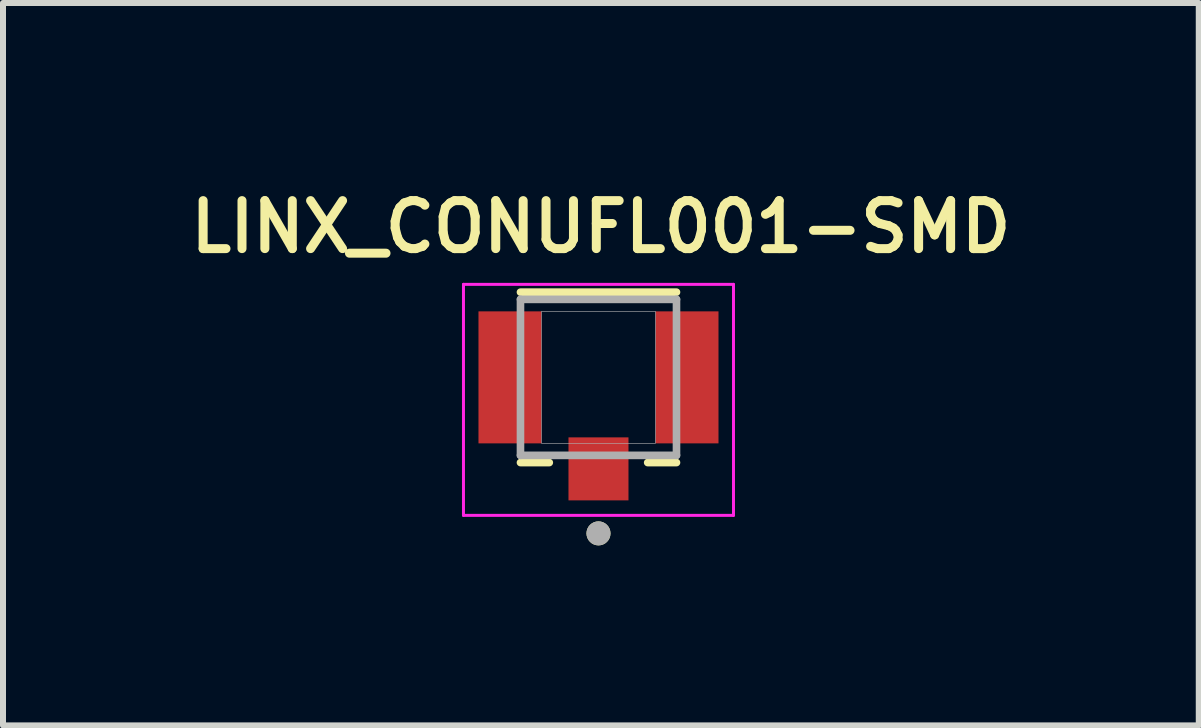
<source format=kicad_pcb>
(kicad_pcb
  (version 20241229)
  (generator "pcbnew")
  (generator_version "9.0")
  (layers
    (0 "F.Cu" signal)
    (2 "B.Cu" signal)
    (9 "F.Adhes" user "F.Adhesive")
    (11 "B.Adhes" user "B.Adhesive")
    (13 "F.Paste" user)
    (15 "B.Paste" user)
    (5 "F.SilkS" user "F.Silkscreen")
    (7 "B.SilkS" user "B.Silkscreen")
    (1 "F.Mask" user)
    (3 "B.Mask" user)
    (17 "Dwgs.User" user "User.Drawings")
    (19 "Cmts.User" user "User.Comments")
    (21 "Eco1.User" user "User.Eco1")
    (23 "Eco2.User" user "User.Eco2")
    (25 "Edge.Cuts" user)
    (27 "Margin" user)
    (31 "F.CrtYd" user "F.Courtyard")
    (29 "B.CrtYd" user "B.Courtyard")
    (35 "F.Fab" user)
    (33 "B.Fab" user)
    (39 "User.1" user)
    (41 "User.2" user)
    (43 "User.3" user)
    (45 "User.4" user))
  (footprint "LINX_CONUFL001-SMD"
    (layer "F.Cu")
    (at 6.924 3.239)
    (property "Reference" "LINX_CONUFL001-SMD" (at 0.04 -2.508 0) (layer "F.SilkS") (effects (font (size 0.8 0.8) (thickness 0.15))))
    (attr smd)
    (fp_line (start -1.3 -1.42) (end 1.3 -1.42) (stroke (width 0.127) (type solid)) (layer "F.SilkS"))
    (fp_line (start -0.82 1.42) (end -1.3 1.42) (stroke (width 0.127) (type solid)) (layer "F.SilkS"))
    (fp_line (start 0.82 1.42) (end 1.3 1.42) (stroke (width 0.127) (type solid)) (layer "F.SilkS"))
    (fp_circle (center 0 2.6) (end 0.1 2.6) (stroke (width 0.2) (type solid)) (fill no) (layer "F.SilkS"))
    (fp_line (start -2.25 -1.55) (end 2.25 -1.55) (stroke (width 0.05) (type solid)) (layer "F.CrtYd"))
    (fp_line (start -2.25 2.3) (end -2.25 -1.55) (stroke (width 0.05) (type solid)) (layer "F.CrtYd"))
    (fp_line (start 2.25 -1.55) (end 2.25 2.3) (stroke (width 0.05) (type solid)) (layer "F.CrtYd"))
    (fp_line (start 2.25 2.3) (end -2.25 2.3) (stroke (width 0.05) (type solid)) (layer "F.CrtYd"))
    (fp_line (start -1.3 -1.3) (end 1.3 -1.3) (stroke (width 0.127) (type solid)) (layer "F.Fab"))
    (fp_line (start -1.3 1.3) (end -1.3 -1.3) (stroke (width 0.127) (type solid)) (layer "F.Fab"))
    (fp_line (start 1.3 -1.3) (end 1.3 1.3) (stroke (width 0.127) (type solid)) (layer "F.Fab"))
    (fp_line (start 1.3 1.3) (end -1.3 1.3) (stroke (width 0.127) (type solid)) (layer "F.Fab"))
    (fp_circle (center 0 2.6) (end 0.1 2.6) (stroke (width 0.2) (type solid)) (fill no) (layer "F.Fab"))
    (fp_poly (pts (xy -0.95 -1.1) (xy 0.95 -1.1) (xy 0.95 1.1) (xy -0.95 1.1)) (stroke (width 0.01) (type solid)) (fill no) (layer "F.Fab"))
    (pad "1" smd rect (at 0 1.525) (size 1 1.05) (layers "F.Cu" "F.Mask" "F.Paste"))
    (pad "2" smd rect (at -1.475 0) (size 1.05 2.2) (layers "F.Cu" "F.Mask" "F.Paste"))
    (pad "3" smd rect (at 1.475 0) (size 1.05 2.2) (layers "F.Cu" "F.Mask" "F.Paste")))
  (gr_rect
    (start -3 -3)
    (end 16.928 9.039)
    (stroke (width 0.1) (type default))
    (fill no)
    (layer "Edge.Cuts")))
</source>
